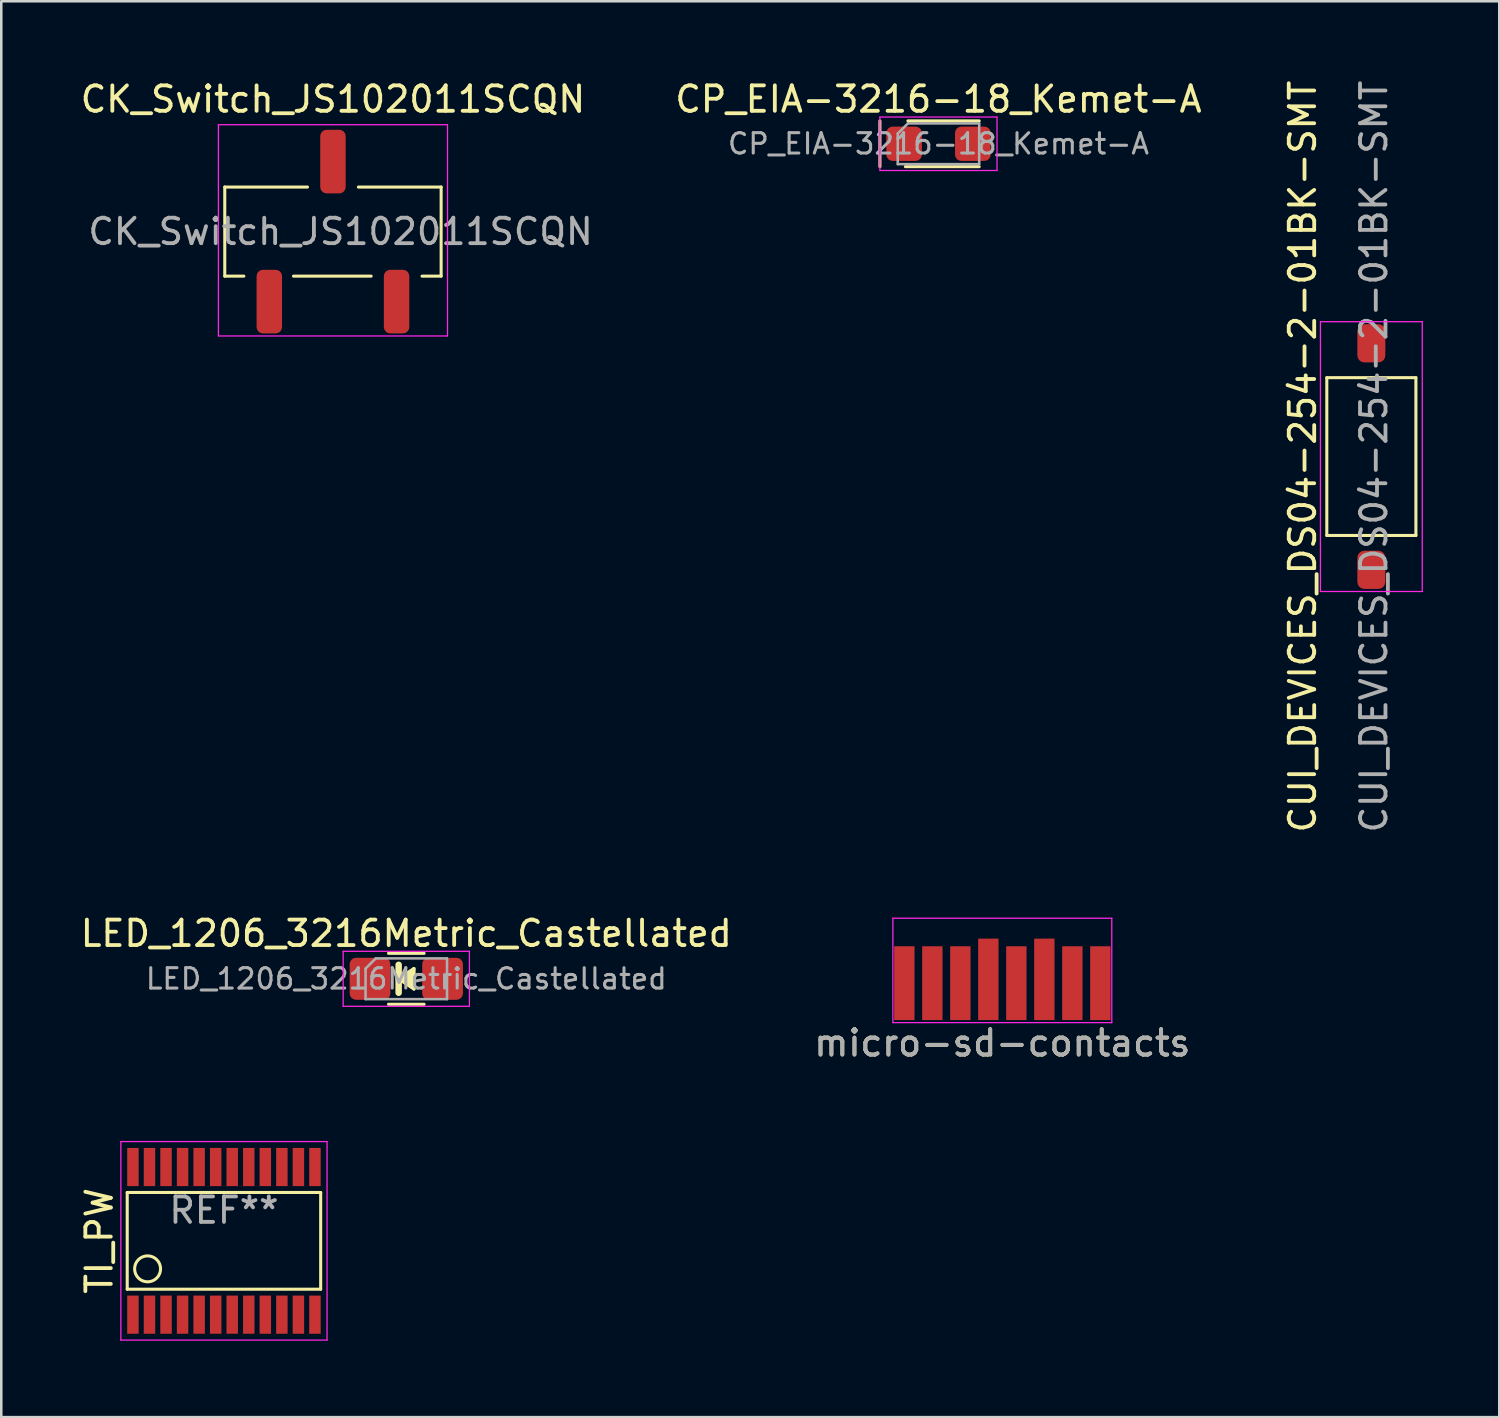
<source format=kicad_pcb>
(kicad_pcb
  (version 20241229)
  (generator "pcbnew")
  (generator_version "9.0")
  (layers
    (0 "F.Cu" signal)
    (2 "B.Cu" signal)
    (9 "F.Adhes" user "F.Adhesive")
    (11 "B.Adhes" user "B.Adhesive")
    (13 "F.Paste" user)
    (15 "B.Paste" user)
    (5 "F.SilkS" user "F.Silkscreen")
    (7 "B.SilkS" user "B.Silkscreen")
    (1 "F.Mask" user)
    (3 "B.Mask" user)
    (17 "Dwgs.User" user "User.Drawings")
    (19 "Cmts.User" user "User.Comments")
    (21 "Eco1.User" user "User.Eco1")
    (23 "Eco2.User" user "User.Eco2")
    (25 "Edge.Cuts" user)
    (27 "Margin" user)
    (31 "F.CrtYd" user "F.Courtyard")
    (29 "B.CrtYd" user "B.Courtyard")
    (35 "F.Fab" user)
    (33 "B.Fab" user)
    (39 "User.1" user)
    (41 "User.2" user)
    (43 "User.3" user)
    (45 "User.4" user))
  (footprint "CP_EIA-3216-18_Kemet-A"
    (layer "F.Cu")
    (at 33.818 2.598)
    (property "Reference" "CP_EIA-3216-18_Kemet-A" (at 0 -1.75 0) (layer "F.SilkS") (effects (font (size 1 1) (thickness 0.15))))
    (attr smd)
    (fp_line (start -2.3 -0.9) (end -2.3 0.9) (stroke (width 0.12) (type solid)) (layer "F.SilkS"))
    (fp_line (start -1.3 0.9) (end 1.6 0.9) (stroke (width 0.12) (type solid)) (layer "F.SilkS"))
    (fp_line (start -1.2 -0.9) (end 1.6 -0.9) (stroke (width 0.12) (type solid)) (layer "F.SilkS"))
    (fp_line (start -2.3 -1.05) (end 2.3 -1.05) (stroke (width 0.05) (type solid)) (layer "F.CrtYd"))
    (fp_line (start -2.3 1.05) (end -2.3 -1.05) (stroke (width 0.05) (type solid)) (layer "F.CrtYd"))
    (fp_line (start 2.3 -1.05) (end 2.3 1.05) (stroke (width 0.05) (type solid)) (layer "F.CrtYd"))
    (fp_line (start 2.3 1.05) (end -2.3 1.05) (stroke (width 0.05) (type solid)) (layer "F.CrtYd"))
    (fp_line (start -1.6 -0.4) (end -1.6 0.8) (stroke (width 0.1) (type solid)) (layer "F.Fab"))
    (fp_line (start -1.6 0.8) (end 1.6 0.8) (stroke (width 0.1) (type solid)) (layer "F.Fab"))
    (fp_line (start -1.2 -0.8) (end -1.6 -0.4) (stroke (width 0.1) (type solid)) (layer "F.Fab"))
    (fp_line (start 1.6 -0.8) (end -1.2 -0.8) (stroke (width 0.1) (type solid)) (layer "F.Fab"))
    (fp_line (start 1.6 0.8) (end 1.6 -0.8) (stroke (width 0.1) (type solid)) (layer "F.Fab"))
    (fp_text user "${REFERENCE}" (at 0 0 0) (layer "F.Fab") (effects (font (size 0.8 0.8) (thickness 0.12))))
    (pad "1" smd roundrect (at -1.35 0) (size 1.4 1.35) (layers "F.Cu" "F.Mask" "F.Paste") (roundrect_rratio 0.185))
    (pad "2" smd roundrect (at 1.35 0) (size 1.4 1.35) (layers "F.Cu" "F.Mask" "F.Paste") (roundrect_rratio 0.185)))
  (footprint "LED_1206_3216Metric_Castellated"
    (layer "F.Cu")
    (at 12.911 35.402)
    (property "Reference" "LED_1206_3216Metric_Castellated" (at 0 -1.78 0) (layer "F.SilkS") (effects (font (size 1 1) (thickness 0.15))))
    (attr smd)
    (fp_line (start -0.7 -1) (end 0.7 -1) (stroke (width 0.12) (type solid)) (layer "F.SilkS"))
    (fp_line (start -0.7 1) (end 0.7 1) (stroke (width 0.12) (type solid)) (layer "F.SilkS"))
    (fp_line (start -0.3 0) (end -0.3 -0.55) (stroke (width 0.254) (type solid)) (layer "F.SilkS"))
    (fp_line (start -0.3 0) (end -0.3 0.55) (stroke (width 0.254) (type solid)) (layer "F.SilkS"))
    (fp_line (start -0.3 0) (end 0.3 -0.4) (stroke (width 0.127) (type solid)) (layer "F.SilkS"))
    (fp_line (start 0.3 -0.4) (end 0.3 0.4) (stroke (width 0.127) (type solid)) (layer "F.SilkS"))
    (fp_line (start 0.3 0.4) (end -0.3 0) (stroke (width 0.127) (type solid)) (layer "F.SilkS"))
    (fp_poly (pts (xy 0.3 0.4) (xy -0.3 0) (xy 0.3 -0.4)) (stroke (width 0.1) (type solid)) (fill yes) (layer "F.SilkS"))
    (fp_line (start -2.48 -1.08) (end 2.48 -1.08) (stroke (width 0.05) (type solid)) (layer "F.CrtYd"))
    (fp_line (start -2.48 1.08) (end -2.48 -1.08) (stroke (width 0.05) (type solid)) (layer "F.CrtYd"))
    (fp_line (start 2.48 -1.08) (end 2.48 1.08) (stroke (width 0.05) (type solid)) (layer "F.CrtYd"))
    (fp_line (start 2.48 1.08) (end -2.48 1.08) (stroke (width 0.05) (type solid)) (layer "F.CrtYd"))
    (fp_line (start -1.6 -0.4) (end -1.6 0.8) (stroke (width 0.1) (type solid)) (layer "F.Fab"))
    (fp_line (start -1.6 0.8) (end 1.6 0.8) (stroke (width 0.1) (type solid)) (layer "F.Fab"))
    (fp_line (start -1.2 -0.8) (end -1.6 -0.4) (stroke (width 0.1) (type solid)) (layer "F.Fab"))
    (fp_line (start 1.6 -0.8) (end -1.2 -0.8) (stroke (width 0.1) (type solid)) (layer "F.Fab"))
    (fp_line (start 1.6 0.8) (end 1.6 -0.8) (stroke (width 0.1) (type solid)) (layer "F.Fab"))
    (fp_text user "${REFERENCE}" (at 0 0 0) (layer "F.Fab") (effects (font (size 0.8 0.8) (thickness 0.12))))
    (pad "1" smd roundrect (at -1.425 0) (size 1.6 1.65) (layers "F.Cu" "F.Mask" "F.Paste") (roundrect_rratio 0.156))
    (pad "2" smd roundrect (at 1.425 0) (size 1.6 1.65) (layers "F.Cu" "F.Mask" "F.Paste") (roundrect_rratio 0.156)))
  (footprint "micro-sd-contacts"
    (layer "F.Cu")
    (at 36.327 33.024)
    (property "Reference" "micro-sd-contacts" (at 0 4.9 0) (unlocked yes) (layer "F.SilkS") (effects (font (size 1 1) (thickness 0.15))))
    (attr smd)
    (fp_line (start -4.3 0) (end 4.3 0) (stroke (width 0.05) (type solid)) (layer "F.CrtYd"))
    (fp_line (start -4.3 4.1) (end -4.3 0) (stroke (width 0.05) (type solid)) (layer "F.CrtYd"))
    (fp_line (start -4.3 4.1) (end 4.3 4.1) (stroke (width 0.05) (type solid)) (layer "F.CrtYd"))
    (fp_line (start 4.3 0) (end 4.3 4.1) (stroke (width 0.05) (type solid)) (layer "F.CrtYd"))
    (fp_text user "${REFERENCE}" (at 0 4.9 0) (unlocked yes) (layer "F.Fab") (effects (font (size 1 1) (thickness 0.15))))
    (pad "1" smd rect (at -3.85 2.55) (size 0.8 2.9) (layers "F.Cu" "F.Mask"))
    (pad "2" smd rect (at -2.75 2.55) (size 0.8 2.9) (layers "F.Cu" "F.Mask"))
    (pad "3" smd rect (at -1.65 2.55) (size 0.8 2.9) (layers "F.Cu" "F.Mask"))
    (pad "4" smd rect (at -0.55 2.4) (size 0.8 3.2) (layers "F.Cu" "F.Mask"))
    (pad "5" smd rect (at 0.55 2.55) (size 0.8 2.9) (layers "F.Cu" "F.Mask"))
    (pad "6" smd rect (at 1.65 2.4) (size 0.8 3.2) (layers "F.Cu" "F.Mask"))
    (pad "7" smd rect (at 2.75 2.55) (size 0.8 2.9) (layers "F.Cu" "F.Mask"))
    (pad "8" smd rect (at 3.85 2.55) (size 0.8 2.9) (layers "F.Cu" "F.Mask")))
  (footprint "CK_Switch_JS102011SCQN"
    (layer "F.Cu")
    (at 10.03 6.048)
    (property "Reference" "CK_Switch_JS102011SCQN" (at 0 -5.2 0) (unlocked yes) (layer "F.SilkS") (effects (font (size 1 1) (thickness 0.15))))
    (attr smd)
    (fp_line (start -4.25 -1.75) (end -4.25 1.75) (stroke (width 0.12) (type solid)) (layer "F.SilkS"))
    (fp_line (start -4.25 -1.75) (end -1 -1.75) (stroke (width 0.12) (type solid)) (layer "F.SilkS"))
    (fp_line (start -4.25 1.75) (end -3.5 1.75) (stroke (width 0.12) (type solid)) (layer "F.SilkS"))
    (fp_line (start -1.55 1.75) (end 1.5 1.75) (stroke (width 0.12) (type solid)) (layer "F.SilkS"))
    (fp_line (start 4.25 -1.75) (end 1 -1.75) (stroke (width 0.12) (type solid)) (layer "F.SilkS"))
    (fp_line (start 4.25 -1.75) (end 4.25 1.75) (stroke (width 0.12) (type solid)) (layer "F.SilkS"))
    (fp_line (start 4.25 1.75) (end 3.5 1.75) (stroke (width 0.12) (type solid)) (layer "F.SilkS"))
    (fp_line (start -4.5 -4.2) (end 0 -4.2) (stroke (width 0.05) (type solid)) (layer "F.CrtYd"))
    (fp_line (start -4.5 4.1) (end -4.5 -4.2) (stroke (width 0.05) (type solid)) (layer "F.CrtYd"))
    (fp_line (start 0 -4.2) (end 4.5 -4.2) (stroke (width 0.05) (type solid)) (layer "F.CrtYd"))
    (fp_line (start 4.5 -4.2) (end 4.5 4.1) (stroke (width 0.05) (type solid)) (layer "F.CrtYd"))
    (fp_line (start 4.5 4.1) (end -4.5 4.1) (stroke (width 0.05) (type solid)) (layer "F.CrtYd"))
    (fp_text user "${REFERENCE}" (at 0.3 0 0) (unlocked yes) (layer "F.Fab") (effects (font (size 1 1) (thickness 0.15))))
    (pad "1" smd roundrect (at -2.5 2.75) (size 1 2.5) (layers "F.Cu" "F.Mask" "F.Paste") (roundrect_rratio 0.25))
    (pad "2" smd roundrect (at 0 -2.75) (size 1 2.5) (layers "F.Cu" "F.Mask" "F.Paste") (roundrect_rratio 0.25))
    (pad "3" smd roundrect (at 2.5 2.75) (size 1 2.5) (layers "F.Cu" "F.Mask" "F.Paste") (roundrect_rratio 0.25)))
  (footprint "CUI_DEVICES_DS04-254-2-01BK-SMT"
    (layer "F.Cu")
    (at 50.824 14.887)
    (property "Reference" "CUI_DEVICES_DS04-254-2-01BK-SMT" (at -2.7 0 90) (unlocked yes) (layer "F.SilkS") (effects (font (size 1 1) (thickness 0.15))))
    (attr smd)
    (fp_line (start -1.75 -3.1) (end 0 -3.1) (stroke (width 0.12) (type solid)) (layer "F.SilkS"))
    (fp_line (start -1.75 3.1) (end -1.75 -3.1) (stroke (width 0.12) (type solid)) (layer "F.SilkS"))
    (fp_line (start 0 -3.1) (end 1.75 -3.1) (stroke (width 0.12) (type solid)) (layer "F.SilkS"))
    (fp_line (start 1.75 -3.1) (end 1.75 3.1) (stroke (width 0.12) (type solid)) (layer "F.SilkS"))
    (fp_line (start 1.75 3.1) (end -1.75 3.1) (stroke (width 0.12) (type solid)) (layer "F.SilkS"))
    (fp_line (start -2 -5.3) (end 0 -5.3) (stroke (width 0.05) (type solid)) (layer "F.CrtYd"))
    (fp_line (start -2 5.3) (end -2 -5.3) (stroke (width 0.05) (type solid)) (layer "F.CrtYd"))
    (fp_line (start 0 -5.3) (end 2 -5.3) (stroke (width 0.05) (type solid)) (layer "F.CrtYd"))
    (fp_line (start 2 -5.3) (end 2 5.3) (stroke (width 0.05) (type solid)) (layer "F.CrtYd"))
    (fp_line (start 2 5.3) (end -2 5.3) (stroke (width 0.05) (type solid)) (layer "F.CrtYd"))
    (fp_text user "${REFERENCE}" (at 0.1 0 90) (unlocked yes) (layer "F.Fab") (effects (font (size 1 1) (thickness 0.15))))
    (pad "1" smd roundrect (at 0 4.45) (size 1.1 1.5) (layers "F.Cu" "F.Mask" "F.Paste") (roundrect_rratio 0.25))
    (pad "2" smd roundrect (at 0 -4.45) (size 1.1 1.5) (layers "F.Cu" "F.Mask" "F.Paste") (roundrect_rratio 0.25)))
  (footprint "TI_PW"
    (layer "F.Cu")
    (at 5.748 45.697)
    (property "Reference" "TI_PW" (at -4.9 0 90) (layer "F.SilkS") (effects (font (size 1 1) (thickness 0.15))))
    (attr smd)
    (fp_line (start -3.8 -1.9) (end 3.8 -1.9) (stroke (width 0.12) (type solid)) (layer "F.SilkS"))
    (fp_line (start -3.8 1.9) (end -3.8 -1.9) (stroke (width 0.12) (type solid)) (layer "F.SilkS"))
    (fp_line (start 3.8 -1.9) (end 3.8 1.9) (stroke (width 0.12) (type solid)) (layer "F.SilkS"))
    (fp_line (start 3.8 1.9) (end -3.8 1.9) (stroke (width 0.12) (type solid)) (layer "F.SilkS"))
    (fp_circle (center -3 1.1) (end -3.1 1.6) (stroke (width 0.12) (type solid)) (fill no) (layer "F.SilkS"))
    (fp_line (start -4.05 -3.9) (end 4.05 -3.9) (stroke (width 0.05) (type solid)) (layer "F.CrtYd"))
    (fp_line (start -4.05 3.9) (end -4.05 -3.9) (stroke (width 0.05) (type solid)) (layer "F.CrtYd"))
    (fp_line (start 4.05 -3.9) (end 4.05 3.9) (stroke (width 0.05) (type solid)) (layer "F.CrtYd"))
    (fp_line (start 4.05 3.9) (end -4.05 3.9) (stroke (width 0.05) (type solid)) (layer "F.CrtYd"))
    (fp_text user "REF**" (at 0 -1.2 0) (unlocked yes) (layer "F.Fab") (effects (font (size 1 1) (thickness 0.15))))
    (pad "1" smd rect (at -3.575 2.9) (size 0.45 1.5) (layers "F.Cu" "F.Mask" "F.Paste"))
    (pad "2" smd rect (at -2.925 2.9) (size 0.45 1.5) (layers "F.Cu" "F.Mask" "F.Paste"))
    (pad "3" smd rect (at -2.275 2.9) (size 0.45 1.5) (layers "F.Cu" "F.Mask" "F.Paste"))
    (pad "4" smd rect (at -1.625 2.9) (size 0.45 1.5) (layers "F.Cu" "F.Mask" "F.Paste"))
    (pad "5" smd rect (at -0.975 2.9) (size 0.45 1.5) (layers "F.Cu" "F.Mask" "F.Paste"))
    (pad "6" smd rect (at -0.325 2.9) (size 0.45 1.5) (layers "F.Cu" "F.Mask" "F.Paste"))
    (pad "7" smd rect (at 0.325 2.9) (size 0.45 1.5) (layers "F.Cu" "F.Mask" "F.Paste"))
    (pad "8" smd rect (at 0.975 2.9) (size 0.45 1.5) (layers "F.Cu" "F.Mask" "F.Paste"))
    (pad "9" smd rect (at 1.625 2.9) (size 0.45 1.5) (layers "F.Cu" "F.Mask" "F.Paste"))
    (pad "10" smd rect (at 2.275 2.9) (size 0.45 1.5) (layers "F.Cu" "F.Mask" "F.Paste"))
    (pad "11" smd rect (at 2.925 2.9) (size 0.45 1.5) (layers "F.Cu" "F.Mask" "F.Paste"))
    (pad "12" smd rect (at 3.575 2.9) (size 0.45 1.5) (layers "F.Cu" "F.Mask" "F.Paste"))
    (pad "13" smd rect (at 3.575 -2.9) (size 0.45 1.5) (layers "F.Cu" "F.Mask" "F.Paste"))
    (pad "14" smd rect (at 2.925 -2.9) (size 0.45 1.5) (layers "F.Cu" "F.Mask" "F.Paste"))
    (pad "15" smd rect (at 2.275 -2.9) (size 0.45 1.5) (layers "F.Cu" "F.Mask" "F.Paste"))
    (pad "16" smd rect (at 1.625 -2.9) (size 0.45 1.5) (layers "F.Cu" "F.Mask" "F.Paste"))
    (pad "17" smd rect (at 0.975 -2.9) (size 0.45 1.5) (layers "F.Cu" "F.Mask" "F.Paste"))
    (pad "18" smd rect (at 0.325 -2.9) (size 0.45 1.5) (layers "F.Cu" "F.Mask" "F.Paste"))
    (pad "19" smd rect (at -0.325 -2.9) (size 0.45 1.5) (layers "F.Cu" "F.Mask" "F.Paste"))
    (pad "20" smd rect (at -0.975 -2.9) (size 0.45 1.5) (layers "F.Cu" "F.Mask" "F.Paste"))
    (pad "21" smd rect (at -1.625 -2.9) (size 0.45 1.5) (layers "F.Cu" "F.Mask" "F.Paste"))
    (pad "22" smd rect (at -2.275 -2.9) (size 0.45 1.5) (layers "F.Cu" "F.Mask" "F.Paste"))
    (pad "23" smd rect (at -2.925 -2.9) (size 0.45 1.5) (layers "F.Cu" "F.Mask" "F.Paste"))
    (pad "24" smd rect (at -3.575 -2.9) (size 0.45 1.5) (layers "F.Cu" "F.Mask" "F.Paste")))
  (gr_rect
    (start -3 -3)
    (end 55.849 52.622)
    (stroke (width 0.1) (type default))
    (fill no)
    (layer "Edge.Cuts")))
</source>
